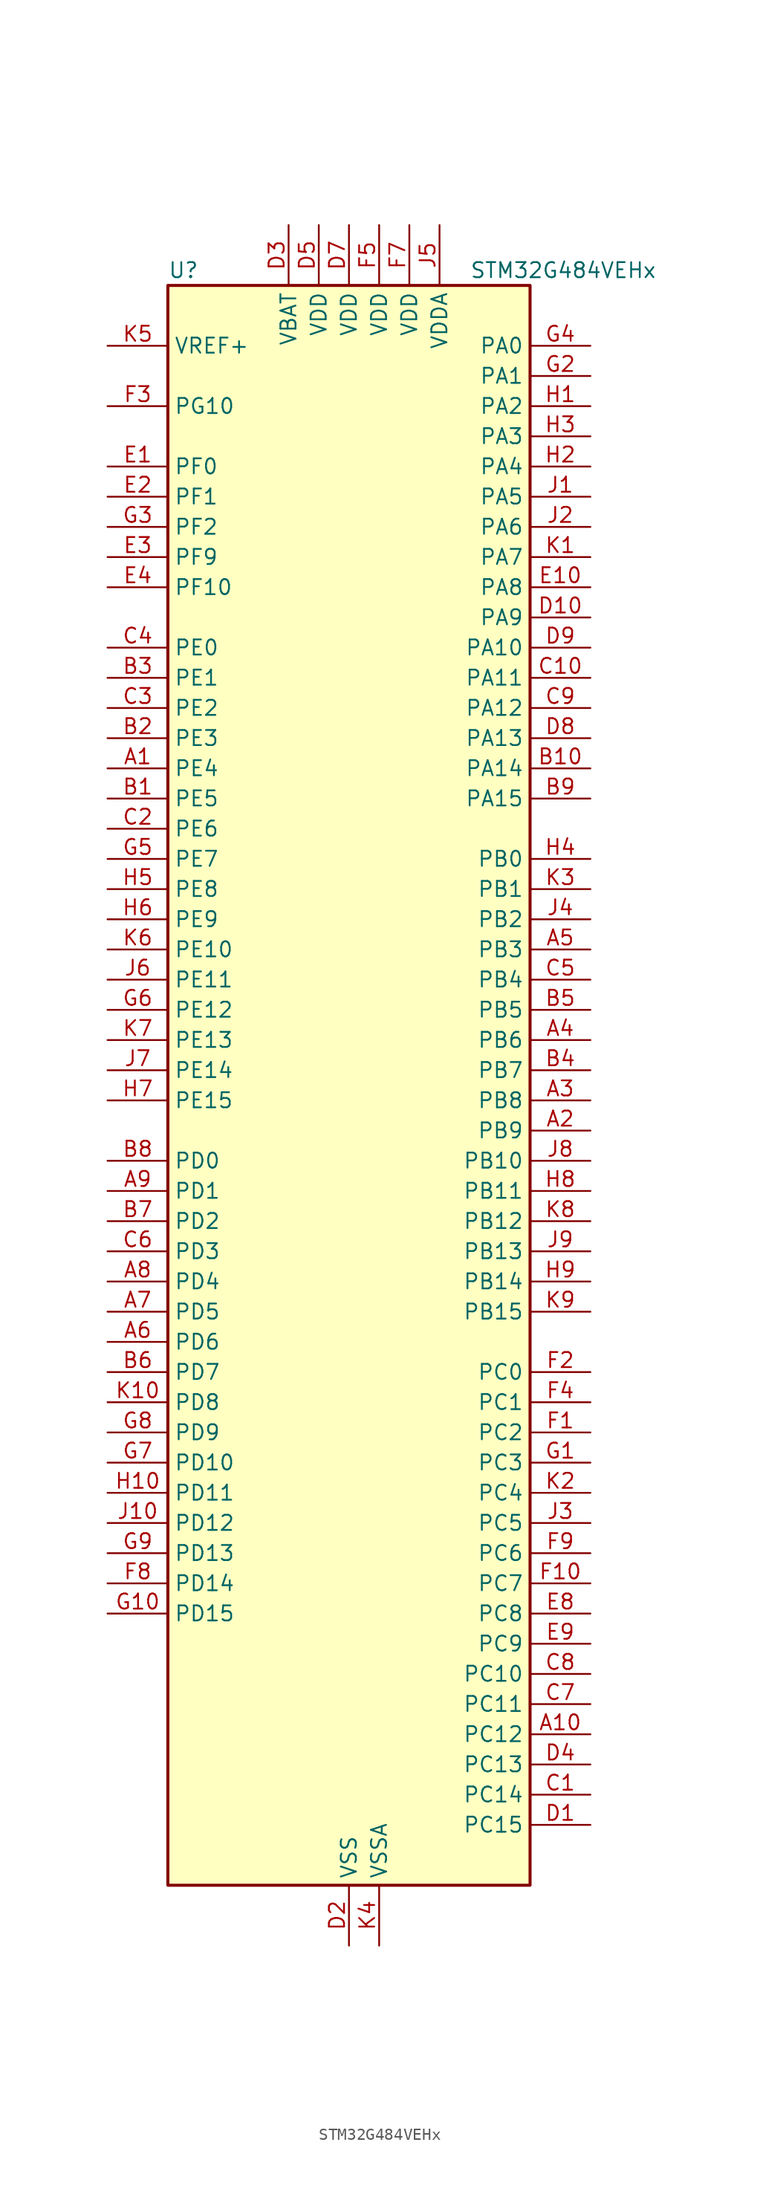
<source format=kicad_sym>
(kicad_symbol_lib
  (version 20241209)
  (generator "kicad_symbol_editor")
  (generator_version "9.0")
  (symbol "STM32G484VEHx"
    (property "Reference" "U"
      (at -15.24 69.85 0)
      (effects (font (size 1.27 1.27)) (justify left)))
    (property "Value" "STM32G484VEHx"
      (at 10.16 69.85 0)
      (effects (font (size 1.27 1.27)) (justify left)))
    (symbol "STM32G484VEHx_0_1"
      (rectangle (start -15.24 -66.04) (end 15.24 68.58) (stroke (width 0.254) (type default)) (fill (type background))))
    (symbol "STM32G484VEHx_1_1"
      (pin input line (at -20.32 63.5 0) (length 5.08) (name "VREF+" (effects (font (size 1.27 1.27)))) (number "K5" (effects (font (size 1.27 1.27)))) (alternate "VREFBUF_OUT" bidirectional line))
      (pin bidirectional line (at -20.32 58.42 0) (length 5.08) (name "PG10" (effects (font (size 1.27 1.27)))) (number "F3" (effects (font (size 1.27 1.27)))) (alternate "DAC1_EXTI10" bidirectional line) (alternate "DAC2_EXTI10" bidirectional line) (alternate "DAC3_EXTI10" bidirectional line) (alternate "DAC4_EXTI10" bidirectional line) (alternate "RCC_MCO" bidirectional line))
      (pin bidirectional line (at -20.32 53.34 0) (length 5.08) (name "PF0" (effects (font (size 1.27 1.27)))) (number "E1" (effects (font (size 1.27 1.27)))) (alternate "ADC1_IN10" bidirectional line) (alternate "I2C2_SDA" bidirectional line) (alternate "I2S2_WS" bidirectional line) (alternate "RCC_OSC_IN" bidirectional line) (alternate "SPI2_NSS" bidirectional line) (alternate "TIM1_CH3N" bidirectional line))
      (pin bidirectional line (at -20.32 50.8 0) (length 5.08) (name "PF1" (effects (font (size 1.27 1.27)))) (number "E2" (effects (font (size 1.27 1.27)))) (alternate "ADC2_IN10" bidirectional line) (alternate "COMP3_INM" bidirectional line) (alternate "I2S2_CK" bidirectional line) (alternate "RCC_OSC_OUT" bidirectional line) (alternate "SPI2_SCK" bidirectional line))
      (pin bidirectional line (at -20.32 48.26 0) (length 5.08) (name "PF2" (effects (font (size 1.27 1.27)))) (number "G3" (effects (font (size 1.27 1.27)))) (alternate "ADC3_EXTI2" bidirectional line) (alternate "ADC4_EXTI2" bidirectional line) (alternate "ADC5_EXTI2" bidirectional line) (alternate "FMC_A2" bidirectional line) (alternate "I2C2_SMBA" bidirectional line) (alternate "TIM20_CH3" bidirectional line))
      (pin bidirectional line (at -20.32 45.72 0) (length 5.08) (name "PF9" (effects (font (size 1.27 1.27)))) (number "E3" (effects (font (size 1.27 1.27)))) (alternate "DAC1_EXTI9" bidirectional line) (alternate "DAC2_EXTI9" bidirectional line) (alternate "DAC3_EXTI9" bidirectional line) (alternate "DAC4_EXTI9" bidirectional line) (alternate "FMC_A25" bidirectional line) (alternate "QUADSPI1_BK1_IO1" bidirectional line) (alternate "SAI1_FS_B" bidirectional line) (alternate "SPI2_SCK" bidirectional line) (alternate "TIM15_CH1" bidirectional line) (alternate "TIM20_BKIN" bidirectional line) (alternate "TIM5_CH4" bidirectional line))
      (pin bidirectional line (at -20.32 43.18 0) (length 5.08) (name "PF10" (effects (font (size 1.27 1.27)))) (number "E4" (effects (font (size 1.27 1.27)))) (alternate "DAC1_EXTI10" bidirectional line) (alternate "DAC2_EXTI10" bidirectional line) (alternate "DAC3_EXTI10" bidirectional line) (alternate "DAC4_EXTI10" bidirectional line) (alternate "FMC_A0" bidirectional line) (alternate "QUADSPI1_CLK" bidirectional line) (alternate "SAI1_D3" bidirectional line) (alternate "SPI2_SCK" bidirectional line) (alternate "TIM15_CH2" bidirectional line) (alternate "TIM20_BKIN2" bidirectional line))
      (pin bidirectional line (at -20.32 38.1 0) (length 5.08) (name "PE0" (effects (font (size 1.27 1.27)))) (number "C4" (effects (font (size 1.27 1.27)))) (alternate "FMC_NBL0" bidirectional line) (alternate "TIM16_CH1" bidirectional line) (alternate "TIM20_CH4N" bidirectional line) (alternate "TIM20_ETR" bidirectional line) (alternate "TIM4_ETR" bidirectional line) (alternate "USART1_TX" bidirectional line))
      (pin bidirectional line (at -20.32 35.56 0) (length 5.08) (name "PE1" (effects (font (size 1.27 1.27)))) (number "B3" (effects (font (size 1.27 1.27)))) (alternate "FMC_NBL1" bidirectional line) (alternate "TIM17_CH1" bidirectional line) (alternate "TIM20_CH4" bidirectional line) (alternate "USART1_RX" bidirectional line))
      (pin bidirectional line (at -20.32 33.02 0) (length 5.08) (name "PE2" (effects (font (size 1.27 1.27)))) (number "C3" (effects (font (size 1.27 1.27)))) (alternate "ADC3_EXTI2" bidirectional line) (alternate "ADC4_EXTI2" bidirectional line) (alternate "ADC5_EXTI2" bidirectional line) (alternate "FMC_A23" bidirectional line) (alternate "SAI1_CK1" bidirectional line) (alternate "SAI1_MCLK_A" bidirectional line) (alternate "SPI4_SCK" bidirectional line) (alternate "SYS_TRACECLK" bidirectional line) (alternate "TIM20_CH1" bidirectional line) (alternate "TIM3_CH1" bidirectional line))
      (pin bidirectional line (at -20.32 30.48 0) (length 5.08) (name "PE3" (effects (font (size 1.27 1.27)))) (number "B2" (effects (font (size 1.27 1.27)))) (alternate "ADC3_EXTI3" bidirectional line) (alternate "ADC4_EXTI3" bidirectional line) (alternate "ADC5_EXTI3" bidirectional line) (alternate "FMC_A19" bidirectional line) (alternate "SAI1_SD_B" bidirectional line) (alternate "SPI4_NSS" bidirectional line) (alternate "SYS_TRACED0" bidirectional line) (alternate "TIM20_CH2" bidirectional line) (alternate "TIM3_CH2" bidirectional line))
      (pin bidirectional line (at -20.32 27.94 0) (length 5.08) (name "PE4" (effects (font (size 1.27 1.27)))) (number "A1" (effects (font (size 1.27 1.27)))) (alternate "FMC_A20" bidirectional line) (alternate "SAI1_D2" bidirectional line) (alternate "SAI1_FS_A" bidirectional line) (alternate "SPI4_NSS" bidirectional line) (alternate "SYS_TRACED1" bidirectional line) (alternate "TIM20_CH1N" bidirectional line) (alternate "TIM3_CH3" bidirectional line))
      (pin bidirectional line (at -20.32 25.4 0) (length 5.08) (name "PE5" (effects (font (size 1.27 1.27)))) (number "B1" (effects (font (size 1.27 1.27)))) (alternate "FMC_A21" bidirectional line) (alternate "SAI1_CK2" bidirectional line) (alternate "SAI1_SCK_A" bidirectional line) (alternate "SPI4_MISO" bidirectional line) (alternate "SYS_TRACED2" bidirectional line) (alternate "TIM20_CH2N" bidirectional line) (alternate "TIM3_CH4" bidirectional line))
      (pin bidirectional line (at -20.32 22.86 0) (length 5.08) (name "PE6" (effects (font (size 1.27 1.27)))) (number "C2" (effects (font (size 1.27 1.27)))) (alternate "FMC_A22" bidirectional line) (alternate "RTC_TAMP3" bidirectional line) (alternate "SAI1_D1" bidirectional line) (alternate "SAI1_SD_A" bidirectional line) (alternate "SPI4_MOSI" bidirectional line) (alternate "SYS_TRACED3" bidirectional line) (alternate "SYS_WKUP3" bidirectional line) (alternate "TIM20_CH3N" bidirectional line))
      (pin bidirectional line (at -20.32 20.32 0) (length 5.08) (name "PE7" (effects (font (size 1.27 1.27)))) (number "G5" (effects (font (size 1.27 1.27)))) (alternate "ADC3_IN4" bidirectional line) (alternate "COMP4_INP" bidirectional line) (alternate "FMC_D4" bidirectional line) (alternate "FMC_DA4" bidirectional line) (alternate "SAI1_SD_B" bidirectional line) (alternate "TIM1_ETR" bidirectional line))
      (pin bidirectional line (at -20.32 17.78 0) (length 5.08) (name "PE8" (effects (font (size 1.27 1.27)))) (number "H5" (effects (font (size 1.27 1.27)))) (alternate "ADC3_IN6" bidirectional line) (alternate "ADC4_IN6" bidirectional line) (alternate "ADC5_IN6" bidirectional line) (alternate "COMP4_INM" bidirectional line) (alternate "FMC_D5" bidirectional line) (alternate "FMC_DA5" bidirectional line) (alternate "SAI1_SCK_B" bidirectional line) (alternate "TIM1_CH1N" bidirectional line) (alternate "TIM5_CH3" bidirectional line))
      (pin bidirectional line (at -20.32 15.24 0) (length 5.08) (name "PE9" (effects (font (size 1.27 1.27)))) (number "H6" (effects (font (size 1.27 1.27)))) (alternate "ADC3_IN2" bidirectional line) (alternate "DAC1_EXTI9" bidirectional line) (alternate "DAC2_EXTI9" bidirectional line) (alternate "DAC3_EXTI9" bidirectional line) (alternate "DAC4_EXTI9" bidirectional line) (alternate "FMC_D6" bidirectional line) (alternate "FMC_DA6" bidirectional line) (alternate "SAI1_FS_B" bidirectional line) (alternate "TIM1_CH1" bidirectional line) (alternate "TIM5_CH4" bidirectional line))
      (pin bidirectional line (at -20.32 12.7 0) (length 5.08) (name "PE10" (effects (font (size 1.27 1.27)))) (number "K6" (effects (font (size 1.27 1.27)))) (alternate "ADC3_IN14" bidirectional line) (alternate "ADC4_IN14" bidirectional line) (alternate "ADC5_IN14" bidirectional line) (alternate "DAC1_EXTI10" bidirectional line) (alternate "DAC2_EXTI10" bidirectional line) (alternate "DAC3_EXTI10" bidirectional line) (alternate "DAC4_EXTI10" bidirectional line) (alternate "FMC_D7" bidirectional line) (alternate "FMC_DA7" bidirectional line) (alternate "QUADSPI1_CLK" bidirectional line) (alternate "SAI1_MCLK_B" bidirectional line) (alternate "TIM1_CH2N" bidirectional line))
      (pin bidirectional line (at -20.32 10.16 0) (length 5.08) (name "PE11" (effects (font (size 1.27 1.27)))) (number "J6" (effects (font (size 1.27 1.27)))) (alternate "ADC1_EXTI11" bidirectional line) (alternate "ADC2_EXTI11" bidirectional line) (alternate "ADC3_IN15" bidirectional line) (alternate "ADC4_IN15" bidirectional line) (alternate "ADC5_IN15" bidirectional line) (alternate "FMC_D8" bidirectional line) (alternate "FMC_DA8" bidirectional line) (alternate "QUADSPI1_BK1_NCS" bidirectional line) (alternate "SPI4_NSS" bidirectional line) (alternate "TIM1_CH2" bidirectional line))
      (pin bidirectional line (at -20.32 7.62 0) (length 5.08) (name "PE12" (effects (font (size 1.27 1.27)))) (number "G6" (effects (font (size 1.27 1.27)))) (alternate "ADC3_IN16" bidirectional line) (alternate "ADC4_IN16" bidirectional line) (alternate "ADC5_IN16" bidirectional line) (alternate "FMC_D9" bidirectional line) (alternate "FMC_DA9" bidirectional line) (alternate "QUADSPI1_BK1_IO0" bidirectional line) (alternate "SPI4_SCK" bidirectional line) (alternate "TIM1_CH3N" bidirectional line))
      (pin bidirectional line (at -20.32 5.08 0) (length 5.08) (name "PE13" (effects (font (size 1.27 1.27)))) (number "K7" (effects (font (size 1.27 1.27)))) (alternate "ADC3_IN3" bidirectional line) (alternate "FMC_D10" bidirectional line) (alternate "FMC_DA10" bidirectional line) (alternate "QUADSPI1_BK1_IO1" bidirectional line) (alternate "SPI4_MISO" bidirectional line) (alternate "TIM1_CH3" bidirectional line))
      (pin bidirectional line (at -20.32 2.54 0) (length 5.08) (name "PE14" (effects (font (size 1.27 1.27)))) (number "J7" (effects (font (size 1.27 1.27)))) (alternate "ADC4_IN1" bidirectional line) (alternate "FMC_D11" bidirectional line) (alternate "FMC_DA11" bidirectional line) (alternate "QUADSPI1_BK1_IO2" bidirectional line) (alternate "SPI4_MOSI" bidirectional line) (alternate "TIM1_BKIN2" bidirectional line) (alternate "TIM1_CH4" bidirectional line))
      (pin bidirectional line (at -20.32 0 0) (length 5.08) (name "PE15" (effects (font (size 1.27 1.27)))) (number "H7" (effects (font (size 1.27 1.27)))) (alternate "ADC1_EXTI15" bidirectional line) (alternate "ADC2_EXTI15" bidirectional line) (alternate "ADC4_IN2" bidirectional line) (alternate "FMC_D12" bidirectional line) (alternate "FMC_DA12" bidirectional line) (alternate "QUADSPI1_BK1_IO3" bidirectional line) (alternate "TIM1_BKIN" bidirectional line) (alternate "TIM1_CH4N" bidirectional line) (alternate "USART3_RX" bidirectional line))
      (pin bidirectional line (at -20.32 -5.08 0) (length 5.08) (name "PD0" (effects (font (size 1.27 1.27)))) (number "B8" (effects (font (size 1.27 1.27)))) (alternate "FDCAN1_RX" bidirectional line) (alternate "FMC_D2" bidirectional line) (alternate "FMC_DA2" bidirectional line) (alternate "TIM8_CH4N" bidirectional line))
      (pin bidirectional line (at -20.32 -7.62 0) (length 5.08) (name "PD1" (effects (font (size 1.27 1.27)))) (number "A9" (effects (font (size 1.27 1.27)))) (alternate "FDCAN1_TX" bidirectional line) (alternate "FMC_D3" bidirectional line) (alternate "FMC_DA3" bidirectional line) (alternate "TIM8_BKIN2" bidirectional line) (alternate "TIM8_CH4" bidirectional line))
      (pin bidirectional line (at -20.32 -10.16 0) (length 5.08) (name "PD2" (effects (font (size 1.27 1.27)))) (number "B7" (effects (font (size 1.27 1.27)))) (alternate "ADC3_EXTI2" bidirectional line) (alternate "ADC4_EXTI2" bidirectional line) (alternate "ADC5_EXTI2" bidirectional line) (alternate "TIM3_ETR" bidirectional line) (alternate "TIM8_BKIN" bidirectional line) (alternate "UART5_RX" bidirectional line))
      (pin bidirectional line (at -20.32 -12.7 0) (length 5.08) (name "PD3" (effects (font (size 1.27 1.27)))) (number "C6" (effects (font (size 1.27 1.27)))) (alternate "ADC3_EXTI3" bidirectional line) (alternate "ADC4_EXTI3" bidirectional line) (alternate "ADC5_EXTI3" bidirectional line) (alternate "FMC_CLK" bidirectional line) (alternate "QUADSPI1_BK2_NCS" bidirectional line) (alternate "TIM2_CH1" bidirectional line) (alternate "TIM2_ETR" bidirectional line) (alternate "USART2_CTS" bidirectional line) (alternate "USART2_NSS" bidirectional line))
      (pin bidirectional line (at -20.32 -15.24 0) (length 5.08) (name "PD4" (effects (font (size 1.27 1.27)))) (number "A8" (effects (font (size 1.27 1.27)))) (alternate "FMC_NOE" bidirectional line) (alternate "QUADSPI1_BK2_IO0" bidirectional line) (alternate "TIM2_CH2" bidirectional line) (alternate "USART2_DE" bidirectional line) (alternate "USART2_RTS" bidirectional line))
      (pin bidirectional line (at -20.32 -17.78 0) (length 5.08) (name "PD5" (effects (font (size 1.27 1.27)))) (number "A7" (effects (font (size 1.27 1.27)))) (alternate "FMC_NWE" bidirectional line) (alternate "QUADSPI1_BK2_IO1" bidirectional line) (alternate "USART2_TX" bidirectional line))
      (pin bidirectional line (at -20.32 -20.32 0) (length 5.08) (name "PD6" (effects (font (size 1.27 1.27)))) (number "A6" (effects (font (size 1.27 1.27)))) (alternate "FMC_NWAIT" bidirectional line) (alternate "QUADSPI1_BK2_IO2" bidirectional line) (alternate "SAI1_D1" bidirectional line) (alternate "SAI1_SD_A" bidirectional line) (alternate "TIM2_CH4" bidirectional line) (alternate "USART2_RX" bidirectional line))
      (pin bidirectional line (at -20.32 -22.86 0) (length 5.08) (name "PD7" (effects (font (size 1.27 1.27)))) (number "B6" (effects (font (size 1.27 1.27)))) (alternate "FMC_NCE" bidirectional line) (alternate "FMC_NE1" bidirectional line) (alternate "QUADSPI1_BK2_IO3" bidirectional line) (alternate "TIM2_CH3" bidirectional line) (alternate "USART2_CK" bidirectional line))
      (pin bidirectional line (at -20.32 -25.4 0) (length 5.08) (name "PD8" (effects (font (size 1.27 1.27)))) (number "K10" (effects (font (size 1.27 1.27)))) (alternate "ADC4_IN12" bidirectional line) (alternate "ADC5_IN12" bidirectional line) (alternate "FMC_D13" bidirectional line) (alternate "FMC_DA13" bidirectional line) (alternate "OPAMP4_VINM" bidirectional line) (alternate "OPAMP4_VINM1" bidirectional line) (alternate "OPAMP4_VINM_SEC" bidirectional line) (alternate "USART3_TX" bidirectional line))
      (pin bidirectional line (at -20.32 -27.94 0) (length 5.08) (name "PD9" (effects (font (size 1.27 1.27)))) (number "G8" (effects (font (size 1.27 1.27)))) (alternate "ADC4_IN13" bidirectional line) (alternate "ADC5_IN13" bidirectional line) (alternate "DAC1_EXTI9" bidirectional line) (alternate "DAC2_EXTI9" bidirectional line) (alternate "DAC3_EXTI9" bidirectional line) (alternate "DAC4_EXTI9" bidirectional line) (alternate "FMC_D14" bidirectional line) (alternate "FMC_DA14" bidirectional line) (alternate "OPAMP6_VINP" bidirectional line) (alternate "OPAMP6_VINP_SEC" bidirectional line) (alternate "USART3_RX" bidirectional line))
      (pin bidirectional line (at -20.32 -30.48 0) (length 5.08) (name "PD10" (effects (font (size 1.27 1.27)))) (number "G7" (effects (font (size 1.27 1.27)))) (alternate "ADC3_IN7" bidirectional line) (alternate "ADC4_IN7" bidirectional line) (alternate "ADC5_IN7" bidirectional line) (alternate "COMP6_INM" bidirectional line) (alternate "DAC1_EXTI10" bidirectional line) (alternate "DAC2_EXTI10" bidirectional line) (alternate "DAC3_EXTI10" bidirectional line) (alternate "DAC4_EXTI10" bidirectional line) (alternate "FMC_D15" bidirectional line) (alternate "FMC_DA15" bidirectional line) (alternate "USART3_CK" bidirectional line))
      (pin bidirectional line (at -20.32 -33.02 0) (length 5.08) (name "PD11" (effects (font (size 1.27 1.27)))) (number "H10" (effects (font (size 1.27 1.27)))) (alternate "ADC1_EXTI11" bidirectional line) (alternate "ADC2_EXTI11" bidirectional line) (alternate "ADC3_IN8" bidirectional line) (alternate "ADC4_IN8" bidirectional line) (alternate "ADC5_IN8" bidirectional line) (alternate "COMP6_INP" bidirectional line) (alternate "FMC_A16" bidirectional line) (alternate "FMC_CLE" bidirectional line) (alternate "I2C4_SMBA" bidirectional line) (alternate "OPAMP4_VINP" bidirectional line) (alternate "OPAMP4_VINP_SEC" bidirectional line) (alternate "TIM5_ETR" bidirectional line) (alternate "USART3_CTS" bidirectional line) (alternate "USART3_NSS" bidirectional line))
      (pin bidirectional line (at -20.32 -35.56 0) (length 5.08) (name "PD12" (effects (font (size 1.27 1.27)))) (number "J10" (effects (font (size 1.27 1.27)))) (alternate "ADC3_IN9" bidirectional line) (alternate "ADC4_IN9" bidirectional line) (alternate "ADC5_IN9" bidirectional line) (alternate "COMP5_INP" bidirectional line) (alternate "FMC_A17" bidirectional line) (alternate "FMC_ALE" bidirectional line) (alternate "OPAMP5_VINP" bidirectional line) (alternate "OPAMP5_VINP_SEC" bidirectional line) (alternate "TIM4_CH1" bidirectional line) (alternate "USART3_DE" bidirectional line) (alternate "USART3_RTS" bidirectional line))
      (pin bidirectional line (at -20.32 -38.1 0) (length 5.08) (name "PD13" (effects (font (size 1.27 1.27)))) (number "G9" (effects (font (size 1.27 1.27)))) (alternate "ADC3_IN10" bidirectional line) (alternate "ADC4_IN10" bidirectional line) (alternate "ADC5_IN10" bidirectional line) (alternate "COMP5_INM" bidirectional line) (alternate "FMC_A18" bidirectional line) (alternate "TIM4_CH2" bidirectional line))
      (pin bidirectional line (at -20.32 -40.64 0) (length 5.08) (name "PD14" (effects (font (size 1.27 1.27)))) (number "F8" (effects (font (size 1.27 1.27)))) (alternate "ADC3_IN11" bidirectional line) (alternate "ADC4_IN11" bidirectional line) (alternate "ADC5_IN11" bidirectional line) (alternate "COMP7_INP" bidirectional line) (alternate "FMC_D0" bidirectional line) (alternate "FMC_DA0" bidirectional line) (alternate "OPAMP2_VINP" bidirectional line) (alternate "OPAMP2_VINP_SEC" bidirectional line) (alternate "TIM4_CH3" bidirectional line))
      (pin bidirectional line (at -20.32 -43.18 0) (length 5.08) (name "PD15" (effects (font (size 1.27 1.27)))) (number "G10" (effects (font (size 1.27 1.27)))) (alternate "ADC1_EXTI15" bidirectional line) (alternate "ADC2_EXTI15" bidirectional line) (alternate "COMP7_INM" bidirectional line) (alternate "FMC_D1" bidirectional line) (alternate "FMC_DA1" bidirectional line) (alternate "SPI2_NSS" bidirectional line) (alternate "TIM4_CH4" bidirectional line))
      (pin power_in line (at -5.08 73.66 270) (length 5.08) (name "VBAT" (effects (font (size 1.27 1.27)))) (number "D3" (effects (font (size 1.27 1.27)))))
      (pin power_in line (at -2.54 73.66 270) (length 5.08) (name "VDD" (effects (font (size 1.27 1.27)))) (number "D5" (effects (font (size 1.27 1.27)))))
      (pin power_in line (at 0 73.66 270) (length 5.08) (name "VDD" (effects (font (size 1.27 1.27)))) (number "D7" (effects (font (size 1.27 1.27)))))
      (pin power_in line (at 0 -71.12 90) (length 5.08) (name "VSS" (effects (font (size 1.27 1.27)))) (number "D2" (effects (font (size 1.27 1.27)))))
      (pin passive line (at 0 -71.12 90) (length 5.08) (hide yes) (name "VSS" (effects (font (size 1.27 1.27)))) (number "D6" (effects (font (size 1.27 1.27)))))
      (pin passive line (at 0 -71.12 90) (length 5.08) (hide yes) (name "VSS" (effects (font (size 1.27 1.27)))) (number "E5" (effects (font (size 1.27 1.27)))))
      (pin passive line (at 0 -71.12 90) (length 5.08) (hide yes) (name "VSS" (effects (font (size 1.27 1.27)))) (number "E6" (effects (font (size 1.27 1.27)))))
      (pin passive line (at 0 -71.12 90) (length 5.08) (hide yes) (name "VSS" (effects (font (size 1.27 1.27)))) (number "E7" (effects (font (size 1.27 1.27)))))
      (pin passive line (at 0 -71.12 90) (length 5.08) (hide yes) (name "VSS" (effects (font (size 1.27 1.27)))) (number "F6" (effects (font (size 1.27 1.27)))))
      (pin power_in line (at 2.54 73.66 270) (length 5.08) (name "VDD" (effects (font (size 1.27 1.27)))) (number "F5" (effects (font (size 1.27 1.27)))))
      (pin power_in line (at 2.54 -71.12 90) (length 5.08) (name "VSSA" (effects (font (size 1.27 1.27)))) (number "K4" (effects (font (size 1.27 1.27)))))
      (pin power_in line (at 5.08 73.66 270) (length 5.08) (name "VDD" (effects (font (size 1.27 1.27)))) (number "F7" (effects (font (size 1.27 1.27)))))
      (pin power_in line (at 7.62 73.66 270) (length 5.08) (name "VDDA" (effects (font (size 1.27 1.27)))) (number "J5" (effects (font (size 1.27 1.27)))))
      (pin bidirectional line (at 20.32 63.5 180) (length 5.08) (name "PA0" (effects (font (size 1.27 1.27)))) (number "G4" (effects (font (size 1.27 1.27)))) (alternate "ADC1_IN1" bidirectional line) (alternate "ADC2_IN1" bidirectional line) (alternate "COMP1_INM" bidirectional line) (alternate "COMP1_OUT" bidirectional line) (alternate "COMP3_INP" bidirectional line) (alternate "RTC_TAMP2" bidirectional line) (alternate "SYS_WKUP1" bidirectional line) (alternate "TIM2_CH1" bidirectional line) (alternate "TIM2_ETR" bidirectional line) (alternate "TIM5_CH1" bidirectional line) (alternate "TIM8_BKIN" bidirectional line) (alternate "TIM8_ETR" bidirectional line) (alternate "USART2_CTS" bidirectional line) (alternate "USART2_NSS" bidirectional line))
      (pin bidirectional line (at 20.32 60.96 180) (length 5.08) (name "PA1" (effects (font (size 1.27 1.27)))) (number "G2" (effects (font (size 1.27 1.27)))) (alternate "ADC1_IN2" bidirectional line) (alternate "ADC2_IN2" bidirectional line) (alternate "COMP1_INP" bidirectional line) (alternate "OPAMP1_VINP" bidirectional line) (alternate "OPAMP1_VINP_SEC" bidirectional line) (alternate "OPAMP3_VINP" bidirectional line) (alternate "OPAMP3_VINP_SEC" bidirectional line) (alternate "OPAMP6_VINM" bidirectional line) (alternate "OPAMP6_VINM0" bidirectional line) (alternate "OPAMP6_VINM_SEC" bidirectional line) (alternate "RTC_REFIN" bidirectional line) (alternate "TIM15_CH1N" bidirectional line) (alternate "TIM2_CH2" bidirectional line) (alternate "TIM5_CH2" bidirectional line) (alternate "USART2_DE" bidirectional line) (alternate "USART2_RTS" bidirectional line))
      (pin bidirectional line (at 20.32 58.42 180) (length 5.08) (name "PA2" (effects (font (size 1.27 1.27)))) (number "H1" (effects (font (size 1.27 1.27)))) (alternate "ADC1_IN3" bidirectional line) (alternate "ADC3_EXTI2" bidirectional line) (alternate "ADC4_EXTI2" bidirectional line) (alternate "ADC5_EXTI2" bidirectional line) (alternate "COMP2_INM" bidirectional line) (alternate "COMP2_OUT" bidirectional line) (alternate "LPUART1_TX" bidirectional line) (alternate "OPAMP1_VOUT" bidirectional line) (alternate "QUADSPI1_BK1_NCS" bidirectional line) (alternate "RCC_LSCO" bidirectional line) (alternate "SYS_WKUP4" bidirectional line) (alternate "TIM15_CH1" bidirectional line) (alternate "TIM2_CH3" bidirectional line) (alternate "TIM5_CH3" bidirectional line) (alternate "UCPD1_FRSTX1" bidirectional line) (alternate "UCPD1_FRSTX2" bidirectional line) (alternate "USART2_TX" bidirectional line))
      (pin bidirectional line (at 20.32 55.88 180) (length 5.08) (name "PA3" (effects (font (size 1.27 1.27)))) (number "H3" (effects (font (size 1.27 1.27)))) (alternate "ADC1_IN4" bidirectional line) (alternate "ADC3_EXTI3" bidirectional line) (alternate "ADC4_EXTI3" bidirectional line) (alternate "ADC5_EXTI3" bidirectional line) (alternate "COMP2_INP" bidirectional line) (alternate "LPUART1_RX" bidirectional line) (alternate "OPAMP1_VINM" bidirectional line) (alternate "OPAMP1_VINM0" bidirectional line) (alternate "OPAMP1_VINM_SEC" bidirectional line) (alternate "OPAMP1_VINP" bidirectional line) (alternate "OPAMP1_VINP_SEC" bidirectional line) (alternate "OPAMP5_VINM" bidirectional line) (alternate "OPAMP5_VINM1" bidirectional line) (alternate "OPAMP5_VINM_SEC" bidirectional line) (alternate "QUADSPI1_CLK" bidirectional line) (alternate "SAI1_CK1" bidirectional line) (alternate "SAI1_MCLK_A" bidirectional line) (alternate "TIM15_CH2" bidirectional line) (alternate "TIM2_CH4" bidirectional line) (alternate "TIM5_CH4" bidirectional line) (alternate "USART2_RX" bidirectional line))
      (pin bidirectional line (at 20.32 53.34 180) (length 5.08) (name "PA4" (effects (font (size 1.27 1.27)))) (number "H2" (effects (font (size 1.27 1.27)))) (alternate "ADC2_IN17" bidirectional line) (alternate "COMP1_INM" bidirectional line) (alternate "DAC1_OUT1" bidirectional line) (alternate "I2S3_WS" bidirectional line) (alternate "SAI1_FS_B" bidirectional line) (alternate "SPI1_NSS" bidirectional line) (alternate "SPI3_NSS" bidirectional line) (alternate "TIM3_CH2" bidirectional line) (alternate "USART2_CK" bidirectional line))
      (pin bidirectional line (at 20.32 50.8 180) (length 5.08) (name "PA5" (effects (font (size 1.27 1.27)))) (number "J1" (effects (font (size 1.27 1.27)))) (alternate "ADC2_IN13" bidirectional line) (alternate "COMP2_INM" bidirectional line) (alternate "DAC1_OUT2" bidirectional line) (alternate "OPAMP2_VINM" bidirectional line) (alternate "OPAMP2_VINM0" bidirectional line) (alternate "OPAMP2_VINM_SEC" bidirectional line) (alternate "SPI1_SCK" bidirectional line) (alternate "TIM2_CH1" bidirectional line) (alternate "TIM2_ETR" bidirectional line) (alternate "UCPD1_FRSTX1" bidirectional line) (alternate "UCPD1_FRSTX2" bidirectional line))
      (pin bidirectional line (at 20.32 48.26 180) (length 5.08) (name "PA6" (effects (font (size 1.27 1.27)))) (number "J2" (effects (font (size 1.27 1.27)))) (alternate "ADC2_IN3" bidirectional line) (alternate "COMP1_OUT" bidirectional line) (alternate "DAC2_OUT1" bidirectional line) (alternate "LPUART1_CTS" bidirectional line) (alternate "OPAMP2_VOUT" bidirectional line) (alternate "QUADSPI1_BK1_IO3" bidirectional line) (alternate "SPI1_MISO" bidirectional line) (alternate "TIM16_CH1" bidirectional line) (alternate "TIM1_BKIN" bidirectional line) (alternate "TIM3_CH1" bidirectional line) (alternate "TIM8_BKIN" bidirectional line))
      (pin bidirectional line (at 20.32 45.72 180) (length 5.08) (name "PA7" (effects (font (size 1.27 1.27)))) (number "K1" (effects (font (size 1.27 1.27)))) (alternate "ADC2_IN4" bidirectional line) (alternate "COMP2_INP" bidirectional line) (alternate "COMP2_OUT" bidirectional line) (alternate "OPAMP1_VINP" bidirectional line) (alternate "OPAMP1_VINP_SEC" bidirectional line) (alternate "OPAMP2_VINP" bidirectional line) (alternate "OPAMP2_VINP_SEC" bidirectional line) (alternate "QUADSPI1_BK1_IO2" bidirectional line) (alternate "SPI1_MOSI" bidirectional line) (alternate "TIM17_CH1" bidirectional line) (alternate "TIM1_CH1N" bidirectional line) (alternate "TIM3_CH2" bidirectional line) (alternate "TIM8_CH1N" bidirectional line) (alternate "UCPD1_FRSTX1" bidirectional line) (alternate "UCPD1_FRSTX2" bidirectional line))
      (pin bidirectional line (at 20.32 43.18 180) (length 5.08) (name "PA8" (effects (font (size 1.27 1.27)))) (number "E10" (effects (font (size 1.27 1.27)))) (alternate "ADC5_IN1" bidirectional line) (alternate "COMP7_OUT" bidirectional line) (alternate "FDCAN3_RX" bidirectional line) (alternate "HRTIM1_CHA1" bidirectional line) (alternate "I2C2_SDA" bidirectional line) (alternate "I2C3_SCL" bidirectional line) (alternate "I2S2_MCK" bidirectional line) (alternate "OPAMP5_VOUT" bidirectional line) (alternate "RCC_MCO" bidirectional line) (alternate "SAI1_CK2" bidirectional line) (alternate "SAI1_SCK_A" bidirectional line) (alternate "TIM1_CH1" bidirectional line) (alternate "TIM4_ETR" bidirectional line) (alternate "USART1_CK" bidirectional line))
      (pin bidirectional line (at 20.32 40.64 180) (length 5.08) (name "PA9" (effects (font (size 1.27 1.27)))) (number "D10" (effects (font (size 1.27 1.27)))) (alternate "ADC5_IN2" bidirectional line) (alternate "COMP5_OUT" bidirectional line) (alternate "DAC1_EXTI9" bidirectional line) (alternate "DAC2_EXTI9" bidirectional line) (alternate "DAC3_EXTI9" bidirectional line) (alternate "DAC4_EXTI9" bidirectional line) (alternate "HRTIM1_CHA2" bidirectional line) (alternate "I2C2_SCL" bidirectional line) (alternate "I2C3_SMBA" bidirectional line) (alternate "I2S3_MCK" bidirectional line) (alternate "SAI1_FS_A" bidirectional line) (alternate "TIM15_BKIN" bidirectional line) (alternate "TIM1_CH2" bidirectional line) (alternate "TIM2_CH3" bidirectional line) (alternate "UCPD1_DBCC1" bidirectional line) (alternate "USART1_TX" bidirectional line))
      (pin bidirectional line (at 20.32 38.1 180) (length 5.08) (name "PA10" (effects (font (size 1.27 1.27)))) (number "D9" (effects (font (size 1.27 1.27)))) (alternate "COMP6_OUT" bidirectional line) (alternate "CRS_SYNC" bidirectional line) (alternate "DAC1_EXTI10" bidirectional line) (alternate "DAC2_EXTI10" bidirectional line) (alternate "DAC3_EXTI10" bidirectional line) (alternate "DAC4_EXTI10" bidirectional line) (alternate "HRTIM1_CHB1" bidirectional line) (alternate "I2C2_SMBA" bidirectional line) (alternate "SAI1_D1" bidirectional line) (alternate "SAI1_SD_A" bidirectional line) (alternate "SPI2_MISO" bidirectional line) (alternate "TIM17_BKIN" bidirectional line) (alternate "TIM1_CH3" bidirectional line) (alternate "TIM2_CH4" bidirectional line) (alternate "TIM8_BKIN" bidirectional line) (alternate "UCPD1_DBCC2" bidirectional line) (alternate "USART1_RX" bidirectional line))
      (pin bidirectional line (at 20.32 35.56 180) (length 5.08) (name "PA11" (effects (font (size 1.27 1.27)))) (number "C10" (effects (font (size 1.27 1.27)))) (alternate "ADC1_EXTI11" bidirectional line) (alternate "ADC2_EXTI11" bidirectional line) (alternate "COMP1_OUT" bidirectional line) (alternate "FDCAN1_RX" bidirectional line) (alternate "HRTIM1_CHB2" bidirectional line) (alternate "I2S2_SD" bidirectional line) (alternate "SPI2_MOSI" bidirectional line) (alternate "TIM1_BKIN2" bidirectional line) (alternate "TIM1_CH1N" bidirectional line) (alternate "TIM1_CH4" bidirectional line) (alternate "TIM4_CH1" bidirectional line) (alternate "USART1_CTS" bidirectional line) (alternate "USART1_NSS" bidirectional line) (alternate "USB_DM" bidirectional line))
      (pin bidirectional line (at 20.32 33.02 180) (length 5.08) (name "PA12" (effects (font (size 1.27 1.27)))) (number "C9" (effects (font (size 1.27 1.27)))) (alternate "COMP2_OUT" bidirectional line) (alternate "FDCAN1_TX" bidirectional line) (alternate "HRTIM1_FLT1" bidirectional line) (alternate "I2S_CKIN" bidirectional line) (alternate "TIM16_CH1" bidirectional line) (alternate "TIM1_CH2N" bidirectional line) (alternate "TIM1_ETR" bidirectional line) (alternate "TIM4_CH2" bidirectional line) (alternate "USART1_DE" bidirectional line) (alternate "USART1_RTS" bidirectional line) (alternate "USB_DP" bidirectional line))
      (pin bidirectional line (at 20.32 30.48 180) (length 5.08) (name "PA13" (effects (font (size 1.27 1.27)))) (number "D8" (effects (font (size 1.27 1.27)))) (alternate "I2C1_SCL" bidirectional line) (alternate "I2C4_SCL" bidirectional line) (alternate "IR_OUT" bidirectional line) (alternate "SAI1_SD_B" bidirectional line) (alternate "SYS_JTMS-SWDIO" bidirectional line) (alternate "TIM16_CH1N" bidirectional line) (alternate "TIM4_CH3" bidirectional line) (alternate "USART3_CTS" bidirectional line) (alternate "USART3_NSS" bidirectional line))
      (pin bidirectional line (at 20.32 27.94 180) (length 5.08) (name "PA14" (effects (font (size 1.27 1.27)))) (number "B10" (effects (font (size 1.27 1.27)))) (alternate "I2C1_SDA" bidirectional line) (alternate "I2C4_SMBA" bidirectional line) (alternate "LPTIM1_OUT" bidirectional line) (alternate "SAI1_FS_B" bidirectional line) (alternate "SYS_JTCK-SWCLK" bidirectional line) (alternate "TIM1_BKIN" bidirectional line) (alternate "TIM8_CH2" bidirectional line) (alternate "USART2_TX" bidirectional line))
      (pin bidirectional line (at 20.32 25.4 180) (length 5.08) (name "PA15" (effects (font (size 1.27 1.27)))) (number "B9" (effects (font (size 1.27 1.27)))) (alternate "ADC1_EXTI15" bidirectional line) (alternate "ADC2_EXTI15" bidirectional line) (alternate "FDCAN3_TX" bidirectional line) (alternate "HRTIM1_FLT2" bidirectional line) (alternate "I2C1_SCL" bidirectional line) (alternate "I2S3_WS" bidirectional line) (alternate "SPI1_NSS" bidirectional line) (alternate "SPI3_NSS" bidirectional line) (alternate "SYS_JTDI" bidirectional line) (alternate "TIM1_BKIN" bidirectional line) (alternate "TIM2_CH1" bidirectional line) (alternate "TIM2_ETR" bidirectional line) (alternate "TIM8_CH1" bidirectional line) (alternate "UART4_DE" bidirectional line) (alternate "UART4_RTS" bidirectional line) (alternate "USART2_RX" bidirectional line))
      (pin bidirectional line (at 20.32 20.32 180) (length 5.08) (name "PB0" (effects (font (size 1.27 1.27)))) (number "H4" (effects (font (size 1.27 1.27)))) (alternate "ADC1_IN15" bidirectional line) (alternate "ADC3_IN12" bidirectional line) (alternate "COMP4_INP" bidirectional line) (alternate "HRTIM1_FLT5" bidirectional line) (alternate "OPAMP2_VINP" bidirectional line) (alternate "OPAMP2_VINP_SEC" bidirectional line) (alternate "OPAMP3_VINP" bidirectional line) (alternate "OPAMP3_VINP_SEC" bidirectional line) (alternate "QUADSPI1_BK1_IO1" bidirectional line) (alternate "TIM1_CH2N" bidirectional line) (alternate "TIM3_CH3" bidirectional line) (alternate "TIM8_CH2N" bidirectional line) (alternate "UCPD1_FRSTX1" bidirectional line) (alternate "UCPD1_FRSTX2" bidirectional line))
      (pin bidirectional line (at 20.32 17.78 180) (length 5.08) (name "PB1" (effects (font (size 1.27 1.27)))) (number "K3" (effects (font (size 1.27 1.27)))) (alternate "ADC1_IN12" bidirectional line) (alternate "ADC3_IN1" bidirectional line) (alternate "COMP1_INP" bidirectional line) (alternate "COMP4_OUT" bidirectional line) (alternate "HRTIM1_SCOUT" bidirectional line) (alternate "LPUART1_DE" bidirectional line) (alternate "LPUART1_RTS" bidirectional line) (alternate "OPAMP3_VOUT" bidirectional line) (alternate "OPAMP6_VINM" bidirectional line) (alternate "OPAMP6_VINM1" bidirectional line) (alternate "OPAMP6_VINM_SEC" bidirectional line) (alternate "QUADSPI1_BK1_IO0" bidirectional line) (alternate "TIM1_CH3N" bidirectional line) (alternate "TIM3_CH4" bidirectional line) (alternate "TIM8_CH3N" bidirectional line))
      (pin bidirectional line (at 20.32 15.24 180) (length 5.08) (name "PB2" (effects (font (size 1.27 1.27)))) (number "J4" (effects (font (size 1.27 1.27)))) (alternate "ADC2_IN12" bidirectional line) (alternate "ADC3_EXTI2" bidirectional line) (alternate "ADC4_EXTI2" bidirectional line) (alternate "ADC5_EXTI2" bidirectional line) (alternate "COMP4_INM" bidirectional line) (alternate "HRTIM1_SCIN" bidirectional line) (alternate "I2C3_SMBA" bidirectional line) (alternate "LPTIM1_OUT" bidirectional line) (alternate "OPAMP3_VINM" bidirectional line) (alternate "OPAMP3_VINM0" bidirectional line) (alternate "OPAMP3_VINM_SEC" bidirectional line) (alternate "QUADSPI1_BK2_IO1" bidirectional line) (alternate "RTC_OUT2" bidirectional line) (alternate "TIM20_CH1" bidirectional line) (alternate "TIM5_CH1" bidirectional line))
      (pin bidirectional line (at 20.32 12.7 180) (length 5.08) (name "PB3" (effects (font (size 1.27 1.27)))) (number "A5" (effects (font (size 1.27 1.27)))) (alternate "ADC3_EXTI3" bidirectional line) (alternate "ADC4_EXTI3" bidirectional line) (alternate "ADC5_EXTI3" bidirectional line) (alternate "CRS_SYNC" bidirectional line) (alternate "FDCAN3_RX" bidirectional line) (alternate "HRTIM1_EEV9" bidirectional line) (alternate "HRTIM1_SCOUT" bidirectional line) (alternate "I2S3_CK" bidirectional line) (alternate "SAI1_SCK_B" bidirectional line) (alternate "SPI1_SCK" bidirectional line) (alternate "SPI3_SCK" bidirectional line) (alternate "SYS_JTDO-SWO" bidirectional line) (alternate "TIM2_CH2" bidirectional line) (alternate "TIM3_ETR" bidirectional line) (alternate "TIM4_ETR" bidirectional line) (alternate "TIM8_CH1N" bidirectional line) (alternate "USART2_TX" bidirectional line))
      (pin bidirectional line (at 20.32 10.16 180) (length 5.08) (name "PB4" (effects (font (size 1.27 1.27)))) (number "C5" (effects (font (size 1.27 1.27)))) (alternate "FDCAN3_TX" bidirectional line) (alternate "HRTIM1_EEV7" bidirectional line) (alternate "SAI1_MCLK_B" bidirectional line) (alternate "SPI1_MISO" bidirectional line) (alternate "SPI3_MISO" bidirectional line) (alternate "SYS_JTRST" bidirectional line) (alternate "TIM16_CH1" bidirectional line) (alternate "TIM17_BKIN" bidirectional line) (alternate "TIM3_CH1" bidirectional line) (alternate "TIM8_CH2N" bidirectional line) (alternate "UART5_DE" bidirectional line) (alternate "UART5_RTS" bidirectional line) (alternate "UCPD1_CC2" bidirectional line) (alternate "USART2_RX" bidirectional line))
      (pin bidirectional line (at 20.32 7.62 180) (length 5.08) (name "PB5" (effects (font (size 1.27 1.27)))) (number "B5" (effects (font (size 1.27 1.27)))) (alternate "FDCAN2_RX" bidirectional line) (alternate "HRTIM1_EEV6" bidirectional line) (alternate "I2C1_SMBA" bidirectional line) (alternate "I2C3_SDA" bidirectional line) (alternate "I2S3_SD" bidirectional line) (alternate "LPTIM1_IN1" bidirectional line) (alternate "SAI1_SD_B" bidirectional line) (alternate "SPI1_MOSI" bidirectional line) (alternate "SPI3_MOSI" bidirectional line) (alternate "TIM16_BKIN" bidirectional line) (alternate "TIM17_CH1" bidirectional line) (alternate "TIM3_CH2" bidirectional line) (alternate "TIM8_CH3N" bidirectional line) (alternate "UART5_CTS" bidirectional line) (alternate "USART2_CK" bidirectional line))
      (pin bidirectional line (at 20.32 5.08 180) (length 5.08) (name "PB6" (effects (font (size 1.27 1.27)))) (number "A4" (effects (font (size 1.27 1.27)))) (alternate "COMP4_OUT" bidirectional line) (alternate "FDCAN2_TX" bidirectional line) (alternate "HRTIM1_EEV4" bidirectional line) (alternate "HRTIM1_SCIN" bidirectional line) (alternate "LPTIM1_ETR" bidirectional line) (alternate "SAI1_FS_B" bidirectional line) (alternate "TIM16_CH1N" bidirectional line) (alternate "TIM4_CH1" bidirectional line) (alternate "TIM8_BKIN2" bidirectional line) (alternate "TIM8_CH1" bidirectional line) (alternate "TIM8_ETR" bidirectional line) (alternate "UCPD1_CC1" bidirectional line) (alternate "USART1_TX" bidirectional line))
      (pin bidirectional line (at 20.32 2.54 180) (length 5.08) (name "PB7" (effects (font (size 1.27 1.27)))) (number "B4" (effects (font (size 1.27 1.27)))) (alternate "COMP3_OUT" bidirectional line) (alternate "FMC_NL" bidirectional line) (alternate "HRTIM1_EEV3" bidirectional line) (alternate "I2C1_SDA" bidirectional line) (alternate "I2C4_SDA" bidirectional line) (alternate "LPTIM1_IN2" bidirectional line) (alternate "SYS_PVD_IN" bidirectional line) (alternate "TIM17_CH1N" bidirectional line) (alternate "TIM3_CH4" bidirectional line) (alternate "TIM4_CH2" bidirectional line) (alternate "TIM8_BKIN" bidirectional line) (alternate "UART4_CTS" bidirectional line) (alternate "USART1_RX" bidirectional line))
      (pin bidirectional line (at 20.32 0 180) (length 5.08) (name "PB8" (effects (font (size 1.27 1.27)))) (number "A3" (effects (font (size 1.27 1.27)))) (alternate "COMP1_OUT" bidirectional line) (alternate "FDCAN1_RX" bidirectional line) (alternate "HRTIM1_EEV8" bidirectional line) (alternate "I2C1_SCL" bidirectional line) (alternate "SAI1_CK1" bidirectional line) (alternate "SAI1_MCLK_A" bidirectional line) (alternate "TIM16_CH1" bidirectional line) (alternate "TIM1_BKIN" bidirectional line) (alternate "TIM4_CH3" bidirectional line) (alternate "TIM8_CH2" bidirectional line) (alternate "USART3_RX" bidirectional line))
      (pin bidirectional line (at 20.32 -2.54 180) (length 5.08) (name "PB9" (effects (font (size 1.27 1.27)))) (number "A2" (effects (font (size 1.27 1.27)))) (alternate "COMP2_OUT" bidirectional line) (alternate "DAC1_EXTI9" bidirectional line) (alternate "DAC2_EXTI9" bidirectional line) (alternate "DAC3_EXTI9" bidirectional line) (alternate "DAC4_EXTI9" bidirectional line) (alternate "FDCAN1_TX" bidirectional line) (alternate "HRTIM1_EEV5" bidirectional line) (alternate "I2C1_SDA" bidirectional line) (alternate "IR_OUT" bidirectional line) (alternate "SAI1_D2" bidirectional line) (alternate "SAI1_FS_A" bidirectional line) (alternate "TIM17_CH1" bidirectional line) (alternate "TIM1_CH3N" bidirectional line) (alternate "TIM4_CH4" bidirectional line) (alternate "TIM8_CH3" bidirectional line) (alternate "USART3_TX" bidirectional line))
      (pin bidirectional line (at 20.32 -5.08 180) (length 5.08) (name "PB10" (effects (font (size 1.27 1.27)))) (number "J8" (effects (font (size 1.27 1.27)))) (alternate "COMP5_INM" bidirectional line) (alternate "DAC1_EXTI10" bidirectional line) (alternate "DAC2_EXTI10" bidirectional line) (alternate "DAC3_EXTI10" bidirectional line) (alternate "DAC4_EXTI10" bidirectional line) (alternate "HRTIM1_FLT3" bidirectional line) (alternate "LPUART1_RX" bidirectional line) (alternate "OPAMP3_VINM" bidirectional line) (alternate "OPAMP3_VINM1" bidirectional line) (alternate "OPAMP3_VINM_SEC" bidirectional line) (alternate "OPAMP4_VINM" bidirectional line) (alternate "OPAMP4_VINM0" bidirectional line) (alternate "OPAMP4_VINM_SEC" bidirectional line) (alternate "QUADSPI1_CLK" bidirectional line) (alternate "SAI1_SCK_A" bidirectional line) (alternate "TIM1_BKIN" bidirectional line) (alternate "TIM2_CH3" bidirectional line) (alternate "USART3_TX" bidirectional line))
      (pin bidirectional line (at 20.32 -7.62 180) (length 5.08) (name "PB11" (effects (font (size 1.27 1.27)))) (number "H8" (effects (font (size 1.27 1.27)))) (alternate "ADC1_EXTI11" bidirectional line) (alternate "ADC1_IN14" bidirectional line) (alternate "ADC2_EXTI11" bidirectional line) (alternate "ADC2_IN14" bidirectional line) (alternate "COMP6_INP" bidirectional line) (alternate "HRTIM1_FLT4" bidirectional line) (alternate "LPUART1_TX" bidirectional line) (alternate "OPAMP4_VINP" bidirectional line) (alternate "OPAMP4_VINP_SEC" bidirectional line) (alternate "OPAMP6_VOUT" bidirectional line) (alternate "QUADSPI1_BK1_NCS" bidirectional line) (alternate "TIM2_CH4" bidirectional line) (alternate "USART3_RX" bidirectional line))
      (pin bidirectional line (at 20.32 -10.16 180) (length 5.08) (name "PB12" (effects (font (size 1.27 1.27)))) (number "K8" (effects (font (size 1.27 1.27)))) (alternate "ADC1_IN11" bidirectional line) (alternate "ADC4_IN3" bidirectional line) (alternate "COMP7_INM" bidirectional line) (alternate "FDCAN2_RX" bidirectional line) (alternate "HRTIM1_CHC1" bidirectional line) (alternate "I2C2_SMBA" bidirectional line) (alternate "I2S2_WS" bidirectional line) (alternate "LPUART1_DE" bidirectional line) (alternate "LPUART1_RTS" bidirectional line) (alternate "OPAMP4_VOUT" bidirectional line) (alternate "OPAMP6_VINP" bidirectional line) (alternate "OPAMP6_VINP_SEC" bidirectional line) (alternate "SPI2_NSS" bidirectional line) (alternate "TIM1_BKIN" bidirectional line) (alternate "TIM5_ETR" bidirectional line) (alternate "USART3_CK" bidirectional line))
      (pin bidirectional line (at 20.32 -12.7 180) (length 5.08) (name "PB13" (effects (font (size 1.27 1.27)))) (number "J9" (effects (font (size 1.27 1.27)))) (alternate "ADC3_IN5" bidirectional line) (alternate "COMP5_INP" bidirectional line) (alternate "FDCAN2_TX" bidirectional line) (alternate "HRTIM1_CHC2" bidirectional line) (alternate "I2S2_CK" bidirectional line) (alternate "LPUART1_CTS" bidirectional line) (alternate "OPAMP3_VINP" bidirectional line) (alternate "OPAMP3_VINP_SEC" bidirectional line) (alternate "OPAMP4_VINP" bidirectional line) (alternate "OPAMP4_VINP_SEC" bidirectional line) (alternate "OPAMP6_VINP" bidirectional line) (alternate "OPAMP6_VINP_SEC" bidirectional line) (alternate "SPI2_SCK" bidirectional line) (alternate "TIM1_CH1N" bidirectional line) (alternate "USART3_CTS" bidirectional line) (alternate "USART3_NSS" bidirectional line))
      (pin bidirectional line (at 20.32 -15.24 180) (length 5.08) (name "PB14" (effects (font (size 1.27 1.27)))) (number "H9" (effects (font (size 1.27 1.27)))) (alternate "ADC1_IN5" bidirectional line) (alternate "ADC4_IN4" bidirectional line) (alternate "COMP4_OUT" bidirectional line) (alternate "COMP7_INP" bidirectional line) (alternate "HRTIM1_CHD1" bidirectional line) (alternate "OPAMP2_VINP" bidirectional line) (alternate "OPAMP2_VINP_SEC" bidirectional line) (alternate "OPAMP5_VINP" bidirectional line) (alternate "OPAMP5_VINP_SEC" bidirectional line) (alternate "SPI2_MISO" bidirectional line) (alternate "TIM15_CH1" bidirectional line) (alternate "TIM1_CH2N" bidirectional line) (alternate "USART3_DE" bidirectional line) (alternate "USART3_RTS" bidirectional line))
      (pin bidirectional line (at 20.32 -17.78 180) (length 5.08) (name "PB15" (effects (font (size 1.27 1.27)))) (number "K9" (effects (font (size 1.27 1.27)))) (alternate "ADC1_EXTI15" bidirectional line) (alternate "ADC2_EXTI15" bidirectional line) (alternate "ADC2_IN15" bidirectional line) (alternate "ADC4_IN5" bidirectional line) (alternate "COMP3_OUT" bidirectional line) (alternate "COMP6_INM" bidirectional line) (alternate "HRTIM1_CHD2" bidirectional line) (alternate "I2S2_SD" bidirectional line) (alternate "OPAMP5_VINM" bidirectional line) (alternate "OPAMP5_VINM0" bidirectional line) (alternate "OPAMP5_VINM_SEC" bidirectional line) (alternate "RTC_REFIN" bidirectional line) (alternate "SPI2_MOSI" bidirectional line) (alternate "TIM15_CH1N" bidirectional line) (alternate "TIM15_CH2" bidirectional line) (alternate "TIM1_CH3N" bidirectional line))
      (pin bidirectional line (at 20.32 -22.86 180) (length 5.08) (name "PC0" (effects (font (size 1.27 1.27)))) (number "F2" (effects (font (size 1.27 1.27)))) (alternate "ADC1_IN6" bidirectional line) (alternate "ADC2_IN6" bidirectional line) (alternate "COMP3_INM" bidirectional line) (alternate "LPTIM1_IN1" bidirectional line) (alternate "LPUART1_RX" bidirectional line) (alternate "TIM1_CH1" bidirectional line))
      (pin bidirectional line (at 20.32 -25.4 180) (length 5.08) (name "PC1" (effects (font (size 1.27 1.27)))) (number "F4" (effects (font (size 1.27 1.27)))) (alternate "ADC1_IN7" bidirectional line) (alternate "ADC2_IN7" bidirectional line) (alternate "COMP3_INP" bidirectional line) (alternate "LPTIM1_OUT" bidirectional line) (alternate "LPUART1_TX" bidirectional line) (alternate "QUADSPI1_BK2_IO0" bidirectional line) (alternate "SAI1_SD_A" bidirectional line) (alternate "TIM1_CH2" bidirectional line))
      (pin bidirectional line (at 20.32 -27.94 180) (length 5.08) (name "PC2" (effects (font (size 1.27 1.27)))) (number "F1" (effects (font (size 1.27 1.27)))) (alternate "ADC1_IN8" bidirectional line) (alternate "ADC2_IN8" bidirectional line) (alternate "ADC3_EXTI2" bidirectional line) (alternate "ADC4_EXTI2" bidirectional line) (alternate "ADC5_EXTI2" bidirectional line) (alternate "COMP3_OUT" bidirectional line) (alternate "LPTIM1_IN2" bidirectional line) (alternate "QUADSPI1_BK2_IO1" bidirectional line) (alternate "TIM1_CH3" bidirectional line) (alternate "TIM20_CH2" bidirectional line))
      (pin bidirectional line (at 20.32 -30.48 180) (length 5.08) (name "PC3" (effects (font (size 1.27 1.27)))) (number "G1" (effects (font (size 1.27 1.27)))) (alternate "ADC1_IN9" bidirectional line) (alternate "ADC2_IN9" bidirectional line) (alternate "ADC3_EXTI3" bidirectional line) (alternate "ADC4_EXTI3" bidirectional line) (alternate "ADC5_EXTI3" bidirectional line) (alternate "LPTIM1_ETR" bidirectional line) (alternate "OPAMP5_VINP" bidirectional line) (alternate "OPAMP5_VINP_SEC" bidirectional line) (alternate "QUADSPI1_BK2_IO2" bidirectional line) (alternate "SAI1_D1" bidirectional line) (alternate "SAI1_SD_A" bidirectional line) (alternate "TIM1_BKIN2" bidirectional line) (alternate "TIM1_CH4" bidirectional line))
      (pin bidirectional line (at 20.32 -33.02 180) (length 5.08) (name "PC4" (effects (font (size 1.27 1.27)))) (number "K2" (effects (font (size 1.27 1.27)))) (alternate "ADC2_IN5" bidirectional line) (alternate "I2C2_SCL" bidirectional line) (alternate "QUADSPI1_BK2_IO3" bidirectional line) (alternate "TIM1_ETR" bidirectional line) (alternate "USART1_TX" bidirectional line))
      (pin bidirectional line (at 20.32 -35.56 180) (length 5.08) (name "PC5" (effects (font (size 1.27 1.27)))) (number "J3" (effects (font (size 1.27 1.27)))) (alternate "ADC2_IN11" bidirectional line) (alternate "HRTIM1_EEV10" bidirectional line) (alternate "OPAMP1_VINM" bidirectional line) (alternate "OPAMP1_VINM1" bidirectional line) (alternate "OPAMP1_VINM_SEC" bidirectional line) (alternate "OPAMP2_VINM" bidirectional line) (alternate "OPAMP2_VINM1" bidirectional line) (alternate "OPAMP2_VINM_SEC" bidirectional line) (alternate "SAI1_D3" bidirectional line) (alternate "SYS_WKUP5" bidirectional line) (alternate "TIM15_BKIN" bidirectional line) (alternate "TIM1_CH4N" bidirectional line) (alternate "USART1_RX" bidirectional line))
      (pin bidirectional line (at 20.32 -38.1 180) (length 5.08) (name "PC6" (effects (font (size 1.27 1.27)))) (number "F9" (effects (font (size 1.27 1.27)))) (alternate "COMP6_OUT" bidirectional line) (alternate "HRTIM1_CHF1" bidirectional line) (alternate "HRTIM1_EEV10" bidirectional line) (alternate "I2C4_SCL" bidirectional line) (alternate "I2S2_MCK" bidirectional line) (alternate "TIM3_CH1" bidirectional line) (alternate "TIM8_CH1" bidirectional line))
      (pin bidirectional line (at 20.32 -40.64 180) (length 5.08) (name "PC7" (effects (font (size 1.27 1.27)))) (number "F10" (effects (font (size 1.27 1.27)))) (alternate "COMP5_OUT" bidirectional line) (alternate "HRTIM1_CHF2" bidirectional line) (alternate "HRTIM1_FLT5" bidirectional line) (alternate "I2C4_SDA" bidirectional line) (alternate "I2S3_MCK" bidirectional line) (alternate "TIM3_CH2" bidirectional line) (alternate "TIM8_CH2" bidirectional line))
      (pin bidirectional line (at 20.32 -43.18 180) (length 5.08) (name "PC8" (effects (font (size 1.27 1.27)))) (number "E8" (effects (font (size 1.27 1.27)))) (alternate "COMP7_OUT" bidirectional line) (alternate "HRTIM1_CHE1" bidirectional line) (alternate "I2C3_SCL" bidirectional line) (alternate "TIM20_CH3" bidirectional line) (alternate "TIM3_CH3" bidirectional line) (alternate "TIM8_CH3" bidirectional line))
      (pin bidirectional line (at 20.32 -45.72 180) (length 5.08) (name "PC9" (effects (font (size 1.27 1.27)))) (number "E9" (effects (font (size 1.27 1.27)))) (alternate "DAC1_EXTI9" bidirectional line) (alternate "DAC2_EXTI9" bidirectional line) (alternate "DAC3_EXTI9" bidirectional line) (alternate "DAC4_EXTI9" bidirectional line) (alternate "HRTIM1_CHE2" bidirectional line) (alternate "I2C3_SDA" bidirectional line) (alternate "I2S_CKIN" bidirectional line) (alternate "TIM3_CH4" bidirectional line) (alternate "TIM8_BKIN2" bidirectional line) (alternate "TIM8_CH4" bidirectional line))
      (pin bidirectional line (at 20.32 -48.26 180) (length 5.08) (name "PC10" (effects (font (size 1.27 1.27)))) (number "C8" (effects (font (size 1.27 1.27)))) (alternate "DAC1_EXTI10" bidirectional line) (alternate "DAC2_EXTI10" bidirectional line) (alternate "DAC3_EXTI10" bidirectional line) (alternate "DAC4_EXTI10" bidirectional line) (alternate "HRTIM1_FLT6" bidirectional line) (alternate "I2S3_CK" bidirectional line) (alternate "SPI3_SCK" bidirectional line) (alternate "TIM8_CH1N" bidirectional line) (alternate "UART4_TX" bidirectional line) (alternate "USART3_TX" bidirectional line))
      (pin bidirectional line (at 20.32 -50.8 180) (length 5.08) (name "PC11" (effects (font (size 1.27 1.27)))) (number "C7" (effects (font (size 1.27 1.27)))) (alternate "ADC1_EXTI11" bidirectional line) (alternate "ADC2_EXTI11" bidirectional line) (alternate "HRTIM1_EEV2" bidirectional line) (alternate "I2C3_SDA" bidirectional line) (alternate "SPI3_MISO" bidirectional line) (alternate "TIM8_CH2N" bidirectional line) (alternate "UART4_RX" bidirectional line) (alternate "USART3_RX" bidirectional line))
      (pin bidirectional line (at 20.32 -53.34 180) (length 5.08) (name "PC12" (effects (font (size 1.27 1.27)))) (number "A10" (effects (font (size 1.27 1.27)))) (alternate "HRTIM1_EEV1" bidirectional line) (alternate "I2S3_SD" bidirectional line) (alternate "SPI3_MOSI" bidirectional line) (alternate "TIM5_CH2" bidirectional line) (alternate "TIM8_CH3N" bidirectional line) (alternate "UART5_TX" bidirectional line) (alternate "UCPD1_FRSTX1" bidirectional line) (alternate "UCPD1_FRSTX2" bidirectional line) (alternate "USART3_CK" bidirectional line))
      (pin bidirectional line (at 20.32 -55.88 180) (length 5.08) (name "PC13" (effects (font (size 1.27 1.27)))) (number "D4" (effects (font (size 1.27 1.27)))) (alternate "RTC_OUT1" bidirectional line) (alternate "RTC_TAMP1" bidirectional line) (alternate "RTC_TS" bidirectional line) (alternate "SYS_WKUP2" bidirectional line) (alternate "TIM1_BKIN" bidirectional line) (alternate "TIM1_CH1N" bidirectional line) (alternate "TIM8_CH4N" bidirectional line))
      (pin bidirectional line (at 20.32 -58.42 180) (length 5.08) (name "PC14" (effects (font (size 1.27 1.27)))) (number "C1" (effects (font (size 1.27 1.27)))) (alternate "RCC_OSC32_IN" bidirectional line))
      (pin bidirectional line (at 20.32 -60.96 180) (length 5.08) (name "PC15" (effects (font (size 1.27 1.27)))) (number "D1" (effects (font (size 1.27 1.27)))) (alternate "ADC1_EXTI15" bidirectional line) (alternate "ADC2_EXTI15" bidirectional line) (alternate "RCC_OSC32_OUT" bidirectional line)))))
</source>
